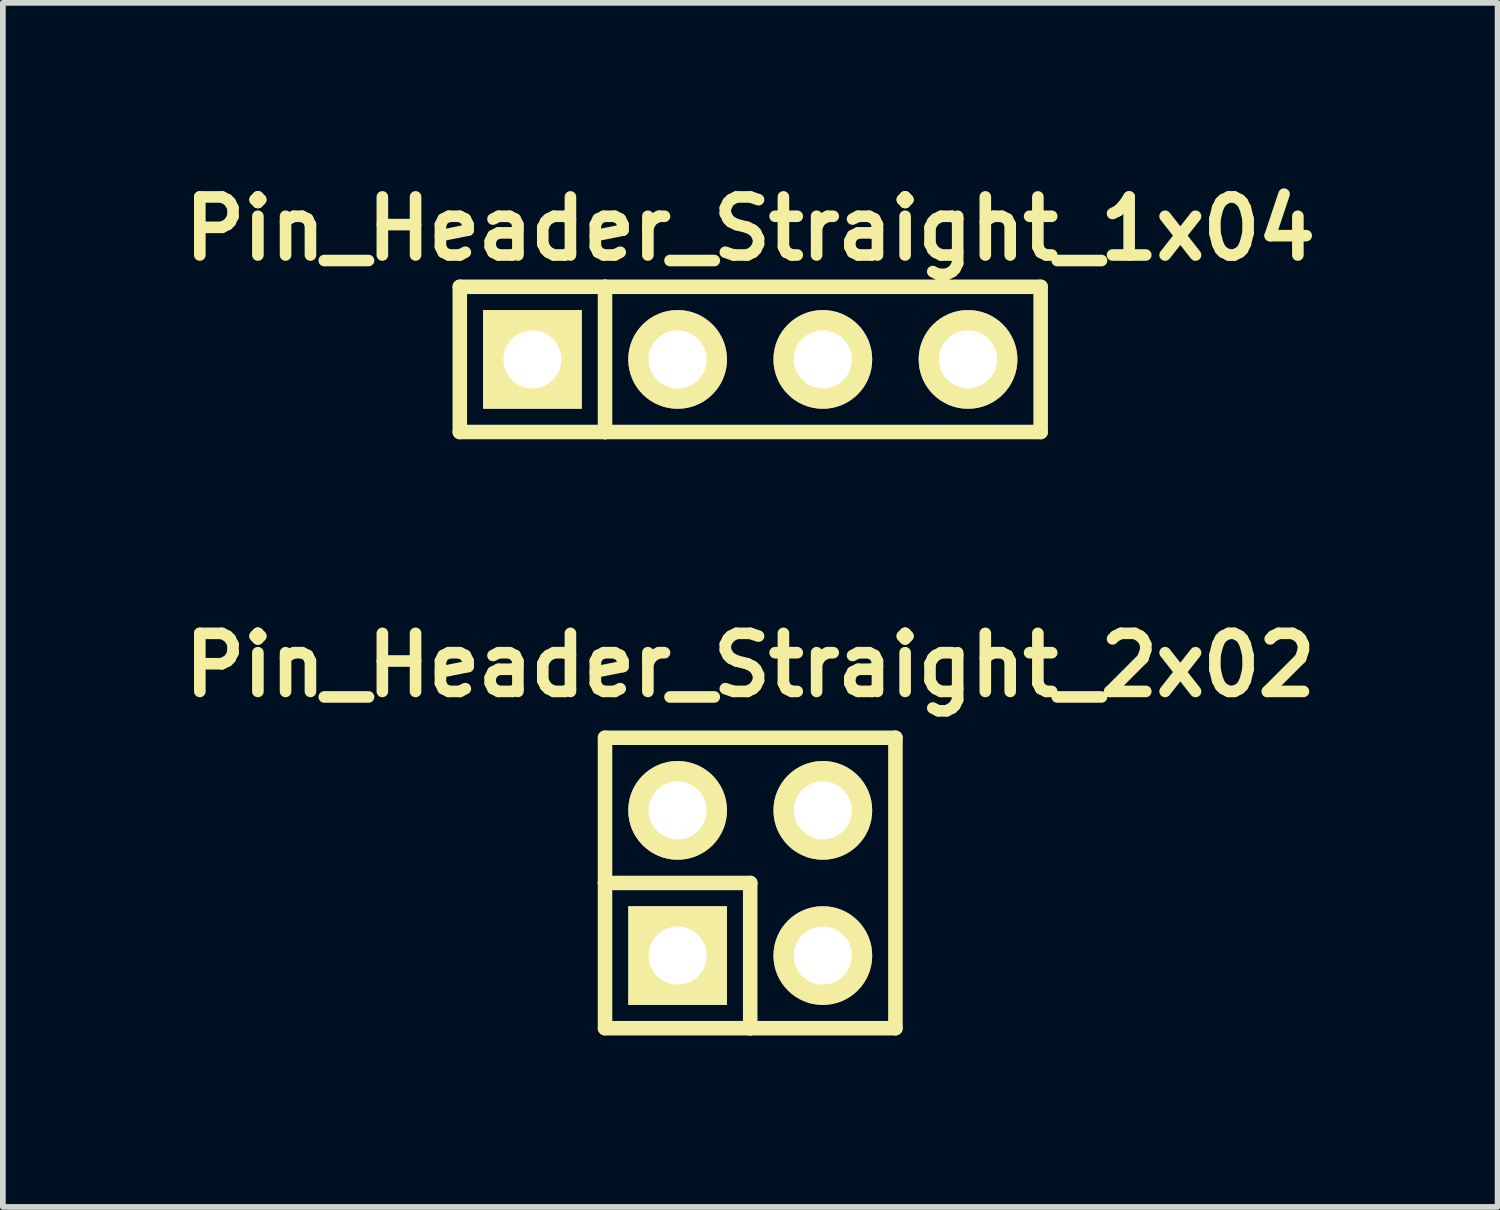
<source format=kicad_pcb>
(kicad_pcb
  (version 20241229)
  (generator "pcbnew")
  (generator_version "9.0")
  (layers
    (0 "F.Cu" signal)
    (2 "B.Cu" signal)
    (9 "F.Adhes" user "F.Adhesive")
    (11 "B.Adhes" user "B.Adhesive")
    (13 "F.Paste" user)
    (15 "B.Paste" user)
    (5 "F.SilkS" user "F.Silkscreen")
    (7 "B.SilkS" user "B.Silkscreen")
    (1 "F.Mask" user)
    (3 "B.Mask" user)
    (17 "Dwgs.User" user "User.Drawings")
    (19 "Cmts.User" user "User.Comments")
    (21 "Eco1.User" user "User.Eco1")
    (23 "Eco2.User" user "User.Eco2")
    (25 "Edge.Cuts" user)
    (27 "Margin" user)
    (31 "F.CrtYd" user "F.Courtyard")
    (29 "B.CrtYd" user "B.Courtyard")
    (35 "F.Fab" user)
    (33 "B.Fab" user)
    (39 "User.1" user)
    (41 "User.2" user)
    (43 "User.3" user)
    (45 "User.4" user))
  (footprint "Pin_Header_Straight_2x02"
    (layer "F.Cu")
    (at 10.073 12.395)
    (property "Reference" "Pin_Header_Straight_2x02" (at 0 -3.81 0) (layer "F.SilkS") (effects (font (size 1.016 1.016) (thickness 0.203))))
    (attr through_hole)
    (fp_line (start -2.54 -2.54) (end 2.54 -2.54) (stroke (width 0.254) (type solid)) (layer "F.SilkS"))
    (fp_line (start -2.54 0) (end -2.54 -2.54) (stroke (width 0.254) (type solid)) (layer "F.SilkS"))
    (fp_line (start -2.54 0) (end -2.54 2.54) (stroke (width 0.254) (type solid)) (layer "F.SilkS"))
    (fp_line (start -2.54 2.54) (end 0 2.54) (stroke (width 0.254) (type solid)) (layer "F.SilkS"))
    (fp_line (start 0 0) (end -2.54 0) (stroke (width 0.254) (type solid)) (layer "F.SilkS"))
    (fp_line (start 0 2.54) (end 0 0) (stroke (width 0.254) (type solid)) (layer "F.SilkS"))
    (fp_line (start 2.54 -2.54) (end 2.54 2.54) (stroke (width 0.254) (type solid)) (layer "F.SilkS"))
    (fp_line (start 2.54 2.54) (end 0 2.54) (stroke (width 0.254) (type solid)) (layer "F.SilkS"))
    (pad "1" thru_hole rect (at -1.27 1.27) (size 1.727 1.727) (drill 1.016) (layers "*.Cu" "*.Mask" "F.SilkS"))
    (pad "2" thru_hole oval (at -1.27 -1.27) (size 1.727 1.727) (drill 1.016) (layers "*.Cu" "*.Mask" "F.SilkS"))
    (pad "3" thru_hole oval (at 1.27 1.27) (size 1.727 1.727) (drill 1.016) (layers "*.Cu" "*.Mask" "F.SilkS"))
    (pad "4" thru_hole oval (at 1.27 -1.27) (size 1.727 1.727) (drill 1.016) (layers "*.Cu" "*.Mask" "F.SilkS")))
  (footprint "Pin_Header_Straight_1x04"
    (layer "F.Cu")
    (at 10.073 3.237)
    (property "Reference" "Pin_Header_Straight_1x04" (at 0 -2.286 0) (layer "F.SilkS") (effects (font (size 1.016 1.016) (thickness 0.203))))
    (attr through_hole)
    (fp_line (start -5.08 -1.27) (end -5.08 1.27) (stroke (width 0.254) (type solid)) (layer "F.SilkS"))
    (fp_line (start -5.08 -1.27) (end -2.54 -1.27) (stroke (width 0.254) (type solid)) (layer "F.SilkS"))
    (fp_line (start -5.08 1.27) (end -2.54 1.27) (stroke (width 0.254) (type solid)) (layer "F.SilkS"))
    (fp_line (start -2.54 -1.27) (end -2.54 1.27) (stroke (width 0.254) (type solid)) (layer "F.SilkS"))
    (fp_line (start -2.54 -1.27) (end 5.08 -1.27) (stroke (width 0.254) (type solid)) (layer "F.SilkS"))
    (fp_line (start -2.54 1.27) (end 5.08 1.27) (stroke (width 0.254) (type solid)) (layer "F.SilkS"))
    (fp_line (start 5.08 1.27) (end 5.08 -1.27) (stroke (width 0.254) (type solid)) (layer "F.SilkS"))
    (pad "1" thru_hole rect (at -3.81 0) (size 1.727 1.727) (drill 1.016) (layers "*.Cu" "*.Mask" "F.SilkS"))
    (pad "2" thru_hole circle (at -1.27 0) (size 1.727 1.727) (drill 1.016) (layers "*.Cu" "*.Mask" "F.SilkS"))
    (pad "3" thru_hole circle (at 1.27 0) (size 1.727 1.727) (drill 1.016) (layers "*.Cu" "*.Mask" "F.SilkS"))
    (pad "4" thru_hole circle (at 3.81 0) (size 1.727 1.727) (drill 1.016) (layers "*.Cu" "*.Mask" "F.SilkS")))
  (gr_rect
    (start -3 -3)
    (end 23.146 18.062)
    (stroke (width 0.1) (type default))
    (fill no)
    (layer "Edge.Cuts")))
</source>
